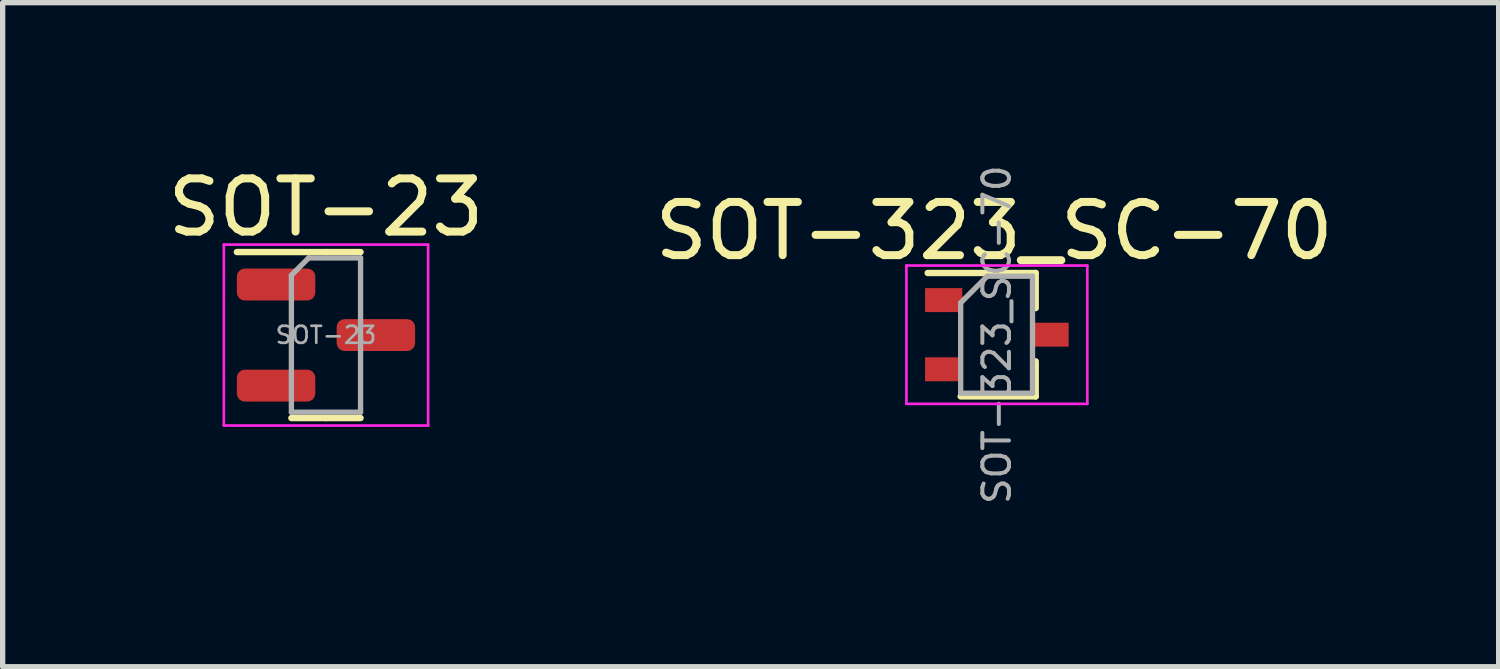
<source format=kicad_pcb>
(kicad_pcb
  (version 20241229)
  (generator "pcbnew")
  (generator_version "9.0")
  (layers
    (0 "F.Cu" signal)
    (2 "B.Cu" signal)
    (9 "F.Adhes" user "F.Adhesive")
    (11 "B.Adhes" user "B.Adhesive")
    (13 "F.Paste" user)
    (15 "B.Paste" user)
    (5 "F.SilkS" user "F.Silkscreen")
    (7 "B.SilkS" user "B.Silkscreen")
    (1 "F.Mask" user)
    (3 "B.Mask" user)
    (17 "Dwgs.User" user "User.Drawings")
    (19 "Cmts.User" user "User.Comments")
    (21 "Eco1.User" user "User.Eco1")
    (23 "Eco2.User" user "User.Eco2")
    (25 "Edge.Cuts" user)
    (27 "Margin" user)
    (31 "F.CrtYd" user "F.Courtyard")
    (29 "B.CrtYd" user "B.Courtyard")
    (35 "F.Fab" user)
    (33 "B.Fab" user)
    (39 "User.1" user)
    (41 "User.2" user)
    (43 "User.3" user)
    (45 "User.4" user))
  (footprint "SOT-23"
    (layer "F.Cu")
    (at 3.077 3.248)
    (property "Reference" "SOT-23" (at 0 -2.4 0) (layer "F.SilkS") (effects (font (size 1 1) (thickness 0.15))))
    (attr smd)
    (fp_line (start 0 -1.56) (end -1.675 -1.56) (stroke (width 0.12) (type solid)) (layer "F.SilkS"))
    (fp_line (start 0 -1.56) (end 0.65 -1.56) (stroke (width 0.12) (type solid)) (layer "F.SilkS"))
    (fp_line (start 0 1.56) (end -0.65 1.56) (stroke (width 0.12) (type solid)) (layer "F.SilkS"))
    (fp_line (start 0 1.56) (end 0.65 1.56) (stroke (width 0.12) (type solid)) (layer "F.SilkS"))
    (fp_line (start -1.92 -1.7) (end -1.92 1.7) (stroke (width 0.05) (type solid)) (layer "F.CrtYd"))
    (fp_line (start -1.92 1.7) (end 1.92 1.7) (stroke (width 0.05) (type solid)) (layer "F.CrtYd"))
    (fp_line (start 1.92 -1.7) (end -1.92 -1.7) (stroke (width 0.05) (type solid)) (layer "F.CrtYd"))
    (fp_line (start 1.92 1.7) (end 1.92 -1.7) (stroke (width 0.05) (type solid)) (layer "F.CrtYd"))
    (fp_line (start -0.65 -1.125) (end -0.325 -1.45) (stroke (width 0.1) (type solid)) (layer "F.Fab"))
    (fp_line (start -0.65 1.45) (end -0.65 -1.125) (stroke (width 0.1) (type solid)) (layer "F.Fab"))
    (fp_line (start -0.325 -1.45) (end 0.65 -1.45) (stroke (width 0.1) (type solid)) (layer "F.Fab"))
    (fp_line (start 0.65 -1.45) (end 0.65 1.45) (stroke (width 0.1) (type solid)) (layer "F.Fab"))
    (fp_line (start 0.65 1.45) (end -0.65 1.45) (stroke (width 0.1) (type solid)) (layer "F.Fab"))
    (fp_text user "${REFERENCE}" (at 0 0 0) (layer "F.Fab") (effects (font (size 0.32 0.32) (thickness 0.05))))
    (pad "B" smd roundrect (at -0.938 -0.95) (size 1.475 0.6) (layers "F.Cu" "F.Mask" "F.Paste") (roundrect_rratio 0.25))
    (pad "C" smd roundrect (at 0.938 0) (size 1.475 0.6) (layers "F.Cu" "F.Mask" "F.Paste") (roundrect_rratio 0.25))
    (pad "E" smd roundrect (at -0.938 0.95) (size 1.475 0.6) (layers "F.Cu" "F.Mask" "F.Paste") (roundrect_rratio 0.25)))
  (footprint "SOT-323_SC-70"
    (layer "F.Cu")
    (at 15.687 3.241)
    (property "Reference" "SOT-323_SC-70" (at -0.05 -1.95 0) (layer "F.SilkS") (effects (font (size 1 1) (thickness 0.15))))
    (attr smd)
    (fp_line (start -0.68 1.16) (end 0.73 1.16) (stroke (width 0.12) (type solid)) (layer "F.SilkS"))
    (fp_line (start 0.73 -1.16) (end -1.3 -1.16) (stroke (width 0.12) (type solid)) (layer "F.SilkS"))
    (fp_line (start 0.73 -1.16) (end 0.73 -0.5) (stroke (width 0.12) (type solid)) (layer "F.SilkS"))
    (fp_line (start 0.73 0.5) (end 0.73 1.16) (stroke (width 0.12) (type solid)) (layer "F.SilkS"))
    (fp_line (start -1.7 -1.3) (end 1.7 -1.3) (stroke (width 0.05) (type solid)) (layer "F.CrtYd"))
    (fp_line (start -1.7 1.3) (end -1.7 -1.3) (stroke (width 0.05) (type solid)) (layer "F.CrtYd"))
    (fp_line (start 1.7 -1.3) (end 1.7 1.3) (stroke (width 0.05) (type solid)) (layer "F.CrtYd"))
    (fp_line (start 1.7 1.3) (end -1.7 1.3) (stroke (width 0.05) (type solid)) (layer "F.CrtYd"))
    (fp_line (start -0.68 -0.6) (end -0.68 1.1) (stroke (width 0.1) (type solid)) (layer "F.Fab"))
    (fp_line (start -0.18 -1.1) (end -0.68 -0.6) (stroke (width 0.1) (type solid)) (layer "F.Fab"))
    (fp_line (start 0.67 -1.1) (end -0.18 -1.1) (stroke (width 0.1) (type solid)) (layer "F.Fab"))
    (fp_line (start 0.67 -1.1) (end 0.67 1.1) (stroke (width 0.1) (type solid)) (layer "F.Fab"))
    (fp_line (start 0.67 1.1) (end -0.68 1.1) (stroke (width 0.1) (type solid)) (layer "F.Fab"))
    (fp_text user "${REFERENCE}" (at 0 0 90) (layer "F.Fab") (effects (font (size 0.5 0.5) (thickness 0.075))))
    (pad "B" smd rect (at -1 -0.65 270) (size 0.45 0.7) (layers "F.Cu" "F.Mask" "F.Paste"))
    (pad "C" smd rect (at 1 0 270) (size 0.45 0.7) (layers "F.Cu" "F.Mask" "F.Paste"))
    (pad "E" smd rect (at -1 0.65 270) (size 0.45 0.7) (layers "F.Cu" "F.Mask" "F.Paste")))
  (gr_rect
    (start -3 -3)
    (end 25.119 9.482)
    (stroke (width 0.1) (type default))
    (fill no)
    (layer "Edge.Cuts")))
</source>
